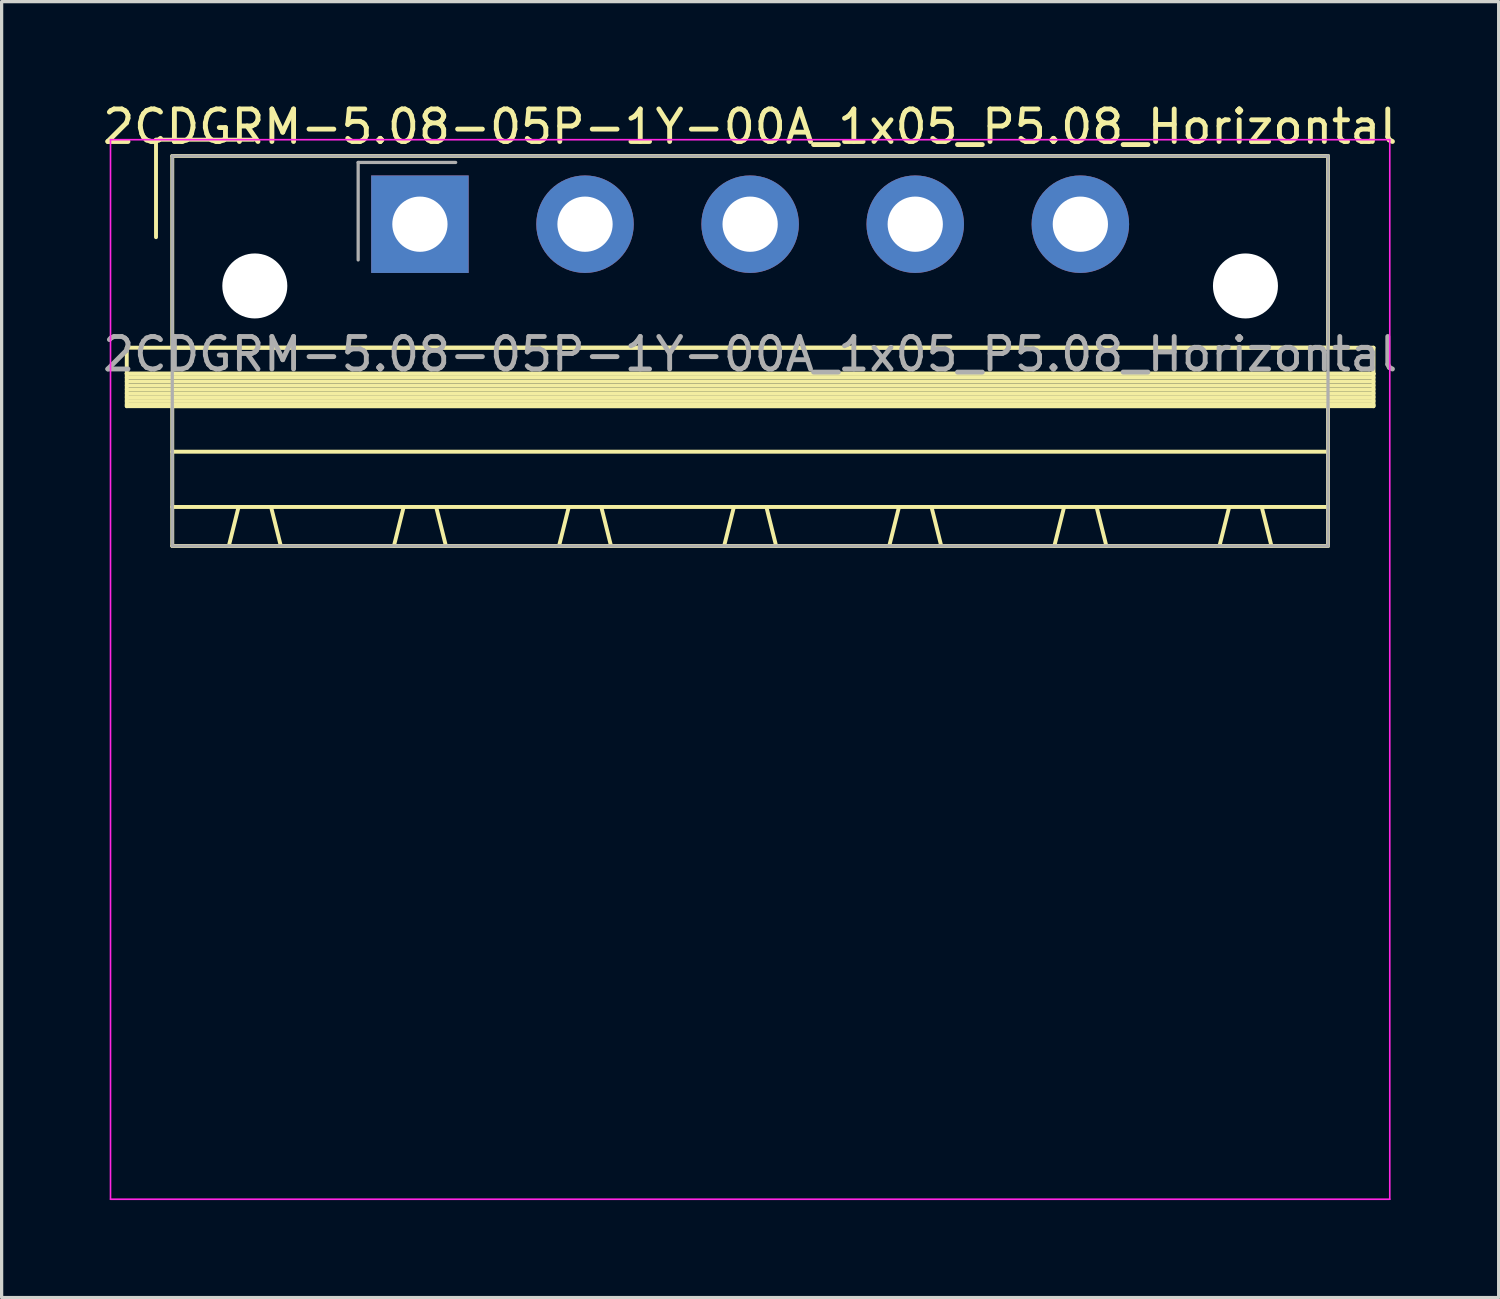
<source format=kicad_pcb>
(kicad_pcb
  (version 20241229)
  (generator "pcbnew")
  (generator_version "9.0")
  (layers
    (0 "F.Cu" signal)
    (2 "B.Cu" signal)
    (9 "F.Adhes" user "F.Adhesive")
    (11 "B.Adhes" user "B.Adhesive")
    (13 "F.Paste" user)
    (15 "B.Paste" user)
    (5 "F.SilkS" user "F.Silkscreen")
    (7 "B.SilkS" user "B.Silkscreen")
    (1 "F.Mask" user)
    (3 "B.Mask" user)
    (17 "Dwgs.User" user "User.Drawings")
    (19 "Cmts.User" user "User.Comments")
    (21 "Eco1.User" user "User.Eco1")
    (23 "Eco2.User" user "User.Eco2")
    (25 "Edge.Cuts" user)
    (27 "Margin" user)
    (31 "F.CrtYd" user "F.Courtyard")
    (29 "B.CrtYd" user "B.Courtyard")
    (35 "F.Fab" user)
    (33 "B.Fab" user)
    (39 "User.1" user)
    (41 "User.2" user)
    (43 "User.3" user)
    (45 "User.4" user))
  (footprint "2CDGRM-5.08-05P-1Y-00A_1x05_P5.08_Horizontal"
    (layer "F.Cu")
    (at 9.87 3.848)
    (property "Reference" "2CDGRM-5.08-05P-1Y-00A_1x05_P5.08_Horizontal" (at 10.16 -3 0) (layer "F.SilkS") (effects (font (size 1 1) (thickness 0.15))))
    (attr through_hole)
    (fp_line (start -9.02 3.8) (end -9.02 4.6) (stroke (width 0.12) (type solid)) (layer "F.SilkS"))
    (fp_line (start -9.02 4.6) (end -9.02 5.6) (stroke (width 0.12) (type solid)) (layer "F.SilkS"))
    (fp_line (start -9.02 4.6) (end 29.34 4.6) (stroke (width 0.12) (type solid)) (layer "F.SilkS"))
    (fp_line (start -9.02 4.72) (end 29.34 4.72) (stroke (width 0.12) (type solid)) (layer "F.SilkS"))
    (fp_line (start -9.02 4.84) (end 29.34 4.84) (stroke (width 0.12) (type solid)) (layer "F.SilkS"))
    (fp_line (start -9.02 4.96) (end 29.34 4.96) (stroke (width 0.12) (type solid)) (layer "F.SilkS"))
    (fp_line (start -9.02 5.08) (end 29.34 5.08) (stroke (width 0.12) (type solid)) (layer "F.SilkS"))
    (fp_line (start -9.02 5.2) (end 29.34 5.2) (stroke (width 0.12) (type solid)) (layer "F.SilkS"))
    (fp_line (start -9.02 5.32) (end 29.34 5.32) (stroke (width 0.12) (type solid)) (layer "F.SilkS"))
    (fp_line (start -9.02 5.44) (end 29.34 5.44) (stroke (width 0.12) (type solid)) (layer "F.SilkS"))
    (fp_line (start -9.02 5.56) (end 29.34 5.56) (stroke (width 0.12) (type solid)) (layer "F.SilkS"))
    (fp_line (start -9.02 5.6) (end 29.34 5.6) (stroke (width 0.12) (type solid)) (layer "F.SilkS"))
    (fp_line (start -8.12 -2.6) (end -8.12 0.4) (stroke (width 0.12) (type solid)) (layer "F.SilkS"))
    (fp_line (start -8.12 -2.6) (end -5.12 -2.6) (stroke (width 0.12) (type solid)) (layer "F.SilkS"))
    (fp_line (start -7.62 -2.1) (end -7.62 3.8) (stroke (width 0.12) (type solid)) (layer "F.SilkS"))
    (fp_line (start -7.62 3.8) (end 27.94 3.8) (stroke (width 0.12) (type solid)) (layer "F.SilkS"))
    (fp_line (start -7.62 5.6) (end -7.62 9.9) (stroke (width 0.12) (type solid)) (layer "F.SilkS"))
    (fp_line (start -7.62 7) (end 27.94 7) (stroke (width 0.12) (type solid)) (layer "F.SilkS"))
    (fp_line (start -7.62 8.7) (end 27.94 8.7) (stroke (width 0.12) (type solid)) (layer "F.SilkS"))
    (fp_line (start -7.62 9.9) (end 27.94 9.9) (stroke (width 0.12) (type solid)) (layer "F.SilkS"))
    (fp_line (start -5.58 8.7) (end -5.88 9.9) (stroke (width 0.12) (type solid)) (layer "F.SilkS"))
    (fp_line (start -4.58 8.7) (end -4.28 9.9) (stroke (width 0.12) (type solid)) (layer "F.SilkS"))
    (fp_line (start -0.5 8.7) (end -0.8 9.9) (stroke (width 0.12) (type solid)) (layer "F.SilkS"))
    (fp_line (start 0.5 8.7) (end 0.8 9.9) (stroke (width 0.12) (type solid)) (layer "F.SilkS"))
    (fp_line (start 4.58 8.7) (end 4.28 9.9) (stroke (width 0.12) (type solid)) (layer "F.SilkS"))
    (fp_line (start 5.58 8.7) (end 5.88 9.9) (stroke (width 0.12) (type solid)) (layer "F.SilkS"))
    (fp_line (start 9.66 8.7) (end 9.36 9.9) (stroke (width 0.12) (type solid)) (layer "F.SilkS"))
    (fp_line (start 10.66 8.7) (end 10.96 9.9) (stroke (width 0.12) (type solid)) (layer "F.SilkS"))
    (fp_line (start 14.74 8.7) (end 14.44 9.9) (stroke (width 0.12) (type solid)) (layer "F.SilkS"))
    (fp_line (start 15.74 8.7) (end 16.04 9.9) (stroke (width 0.12) (type solid)) (layer "F.SilkS"))
    (fp_line (start 19.82 8.7) (end 19.52 9.9) (stroke (width 0.12) (type solid)) (layer "F.SilkS"))
    (fp_line (start 20.82 8.7) (end 21.12 9.9) (stroke (width 0.12) (type solid)) (layer "F.SilkS"))
    (fp_line (start 24.9 8.7) (end 24.6 9.9) (stroke (width 0.12) (type solid)) (layer "F.SilkS"))
    (fp_line (start 25.9 8.7) (end 26.2 9.9) (stroke (width 0.12) (type solid)) (layer "F.SilkS"))
    (fp_line (start 27.94 -2.1) (end -7.62 -2.1) (stroke (width 0.12) (type solid)) (layer "F.SilkS"))
    (fp_line (start 27.94 3.8) (end 27.94 -2.1) (stroke (width 0.12) (type solid)) (layer "F.SilkS"))
    (fp_line (start 27.94 5.6) (end -7.62 5.6) (stroke (width 0.12) (type solid)) (layer "F.SilkS"))
    (fp_line (start 27.94 9.9) (end 27.94 5.6) (stroke (width 0.12) (type solid)) (layer "F.SilkS"))
    (fp_line (start 29.34 3.8) (end -9.02 3.8) (stroke (width 0.12) (type solid)) (layer "F.SilkS"))
    (fp_line (start 29.34 4.6) (end -9.02 4.6) (stroke (width 0.12) (type solid)) (layer "F.SilkS"))
    (fp_line (start 29.34 4.6) (end 29.34 3.8) (stroke (width 0.12) (type solid)) (layer "F.SilkS"))
    (fp_line (start 29.34 5.6) (end 29.34 4.6) (stroke (width 0.12) (type solid)) (layer "F.SilkS"))
    (fp_line (start -9.52 -2.6) (end -9.52 30) (stroke (width 0.05) (type solid)) (layer "F.CrtYd"))
    (fp_line (start -9.52 30) (end 29.84 30) (stroke (width 0.05) (type solid)) (layer "F.CrtYd"))
    (fp_line (start 29.84 -2.6) (end -9.52 -2.6) (stroke (width 0.05) (type solid)) (layer "F.CrtYd"))
    (fp_line (start 29.84 30) (end 29.84 -2.6) (stroke (width 0.05) (type solid)) (layer "F.CrtYd"))
    (fp_line (start -7.62 -2.1) (end -7.62 9.9) (stroke (width 0.1) (type solid)) (layer "F.Fab"))
    (fp_line (start -7.62 9.9) (end 27.94 9.9) (stroke (width 0.1) (type solid)) (layer "F.Fab"))
    (fp_line (start -1.9 -1.9) (end -1.9 1.1) (stroke (width 0.1) (type solid)) (layer "F.Fab"))
    (fp_line (start -1.9 -1.9) (end 1.1 -1.9) (stroke (width 0.1) (type solid)) (layer "F.Fab"))
    (fp_line (start 27.94 -2.1) (end -7.62 -2.1) (stroke (width 0.1) (type solid)) (layer "F.Fab"))
    (fp_line (start 27.94 9.9) (end 27.94 -2.1) (stroke (width 0.1) (type solid)) (layer "F.Fab"))
    (fp_text user "${REFERENCE}" (at 10.16 4 0) (layer "F.Fab") (effects (font (size 1 1) (thickness 0.15))))
    (pad "" np_thru_hole circle (at -5.08 1.9) (size 2 2) (drill 2) (layers "*.Cu" "*.Mask"))
    (pad "" np_thru_hole circle (at 25.4 1.9) (size 2 2) (drill 2) (layers "*.Cu" "*.Mask"))
    (pad "1" thru_hole rect (at 0 0) (size 3 3) (drill 1.7) (layers "*.Cu" "*.Mask"))
    (pad "2" thru_hole circle (at 5.08 0) (size 3 3) (drill 1.7) (layers "*.Cu" "*.Mask"))
    (pad "3" thru_hole circle (at 10.16 0) (size 3 3) (drill 1.7) (layers "*.Cu" "*.Mask"))
    (pad "4" thru_hole circle (at 15.24 0) (size 3 3) (drill 1.7) (layers "*.Cu" "*.Mask"))
    (pad "5" thru_hole circle (at 20.32 0) (size 3 3) (drill 1.7) (layers "*.Cu" "*.Mask")))
  (gr_rect
    (start -3 -3)
    (end 43.06 36.873)
    (stroke (width 0.1) (type default))
    (fill no)
    (layer "Edge.Cuts")))
</source>
